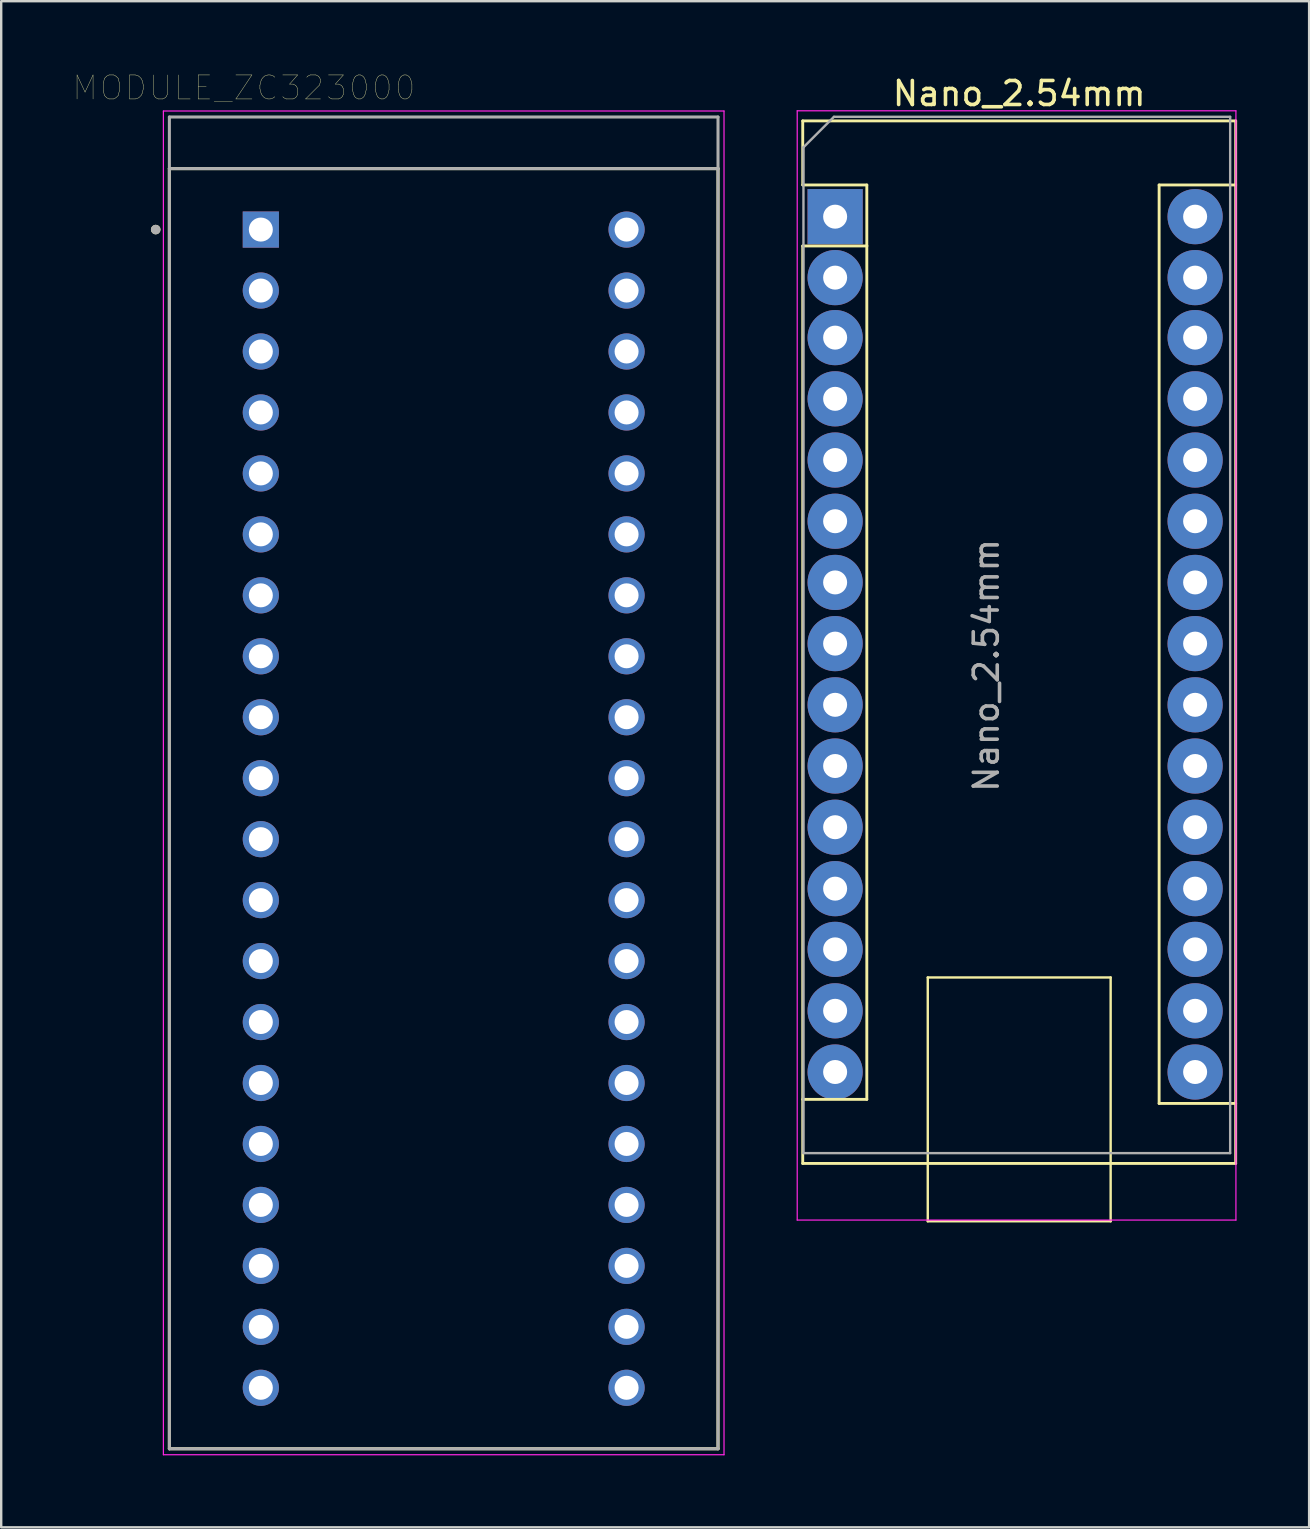
<source format=kicad_pcb>
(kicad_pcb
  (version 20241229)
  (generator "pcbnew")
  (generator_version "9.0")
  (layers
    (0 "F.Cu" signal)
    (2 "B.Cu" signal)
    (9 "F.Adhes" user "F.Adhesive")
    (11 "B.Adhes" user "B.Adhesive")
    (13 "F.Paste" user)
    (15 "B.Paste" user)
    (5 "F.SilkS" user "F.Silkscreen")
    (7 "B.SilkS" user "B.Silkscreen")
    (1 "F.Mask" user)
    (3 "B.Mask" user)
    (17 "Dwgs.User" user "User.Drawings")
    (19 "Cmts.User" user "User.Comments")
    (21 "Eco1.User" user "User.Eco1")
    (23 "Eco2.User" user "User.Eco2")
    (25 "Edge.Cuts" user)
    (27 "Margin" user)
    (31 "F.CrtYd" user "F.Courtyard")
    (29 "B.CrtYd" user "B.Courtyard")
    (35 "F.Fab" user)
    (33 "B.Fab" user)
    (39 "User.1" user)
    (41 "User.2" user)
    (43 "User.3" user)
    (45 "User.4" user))
  (footprint "MODULE_ZC323000"
    (layer "F.Cu")
    (at 15.438 30.646)
    (property "Reference" "MODULE_ZC323000" (at -8.325 -30.035 0) (layer "F.SilkS") (effects (font (size 1 1) (thickness 0.015))))
    (attr through_hole)
    (fp_line (start -11.43 -26.67) (end 11.43 -26.67) (stroke (width 0.127) (type solid)) (layer "F.SilkS"))
    (fp_line (start -11.43 26.67) (end -11.43 -26.67) (stroke (width 0.127) (type solid)) (layer "F.SilkS"))
    (fp_line (start 11.43 -26.67) (end 11.43 26.67) (stroke (width 0.127) (type solid)) (layer "F.SilkS"))
    (fp_line (start 11.43 26.67) (end -11.43 26.67) (stroke (width 0.127) (type solid)) (layer "F.SilkS"))
    (fp_circle (center -12 -24.13) (end -11.9 -24.13) (stroke (width 0.2) (type solid)) (fill no) (layer "F.SilkS"))
    (fp_line (start -11.68 -29.07) (end 11.68 -29.07) (stroke (width 0.05) (type solid)) (layer "F.CrtYd"))
    (fp_line (start -11.68 26.92) (end -11.68 -29.07) (stroke (width 0.05) (type solid)) (layer "F.CrtYd"))
    (fp_line (start 11.68 -29.07) (end 11.68 26.92) (stroke (width 0.05) (type solid)) (layer "F.CrtYd"))
    (fp_line (start 11.68 26.92) (end -11.68 26.92) (stroke (width 0.05) (type solid)) (layer "F.CrtYd"))
    (fp_line (start -11.43 -28.82) (end 11.43 -28.82) (stroke (width 0.127) (type solid)) (layer "F.Fab"))
    (fp_line (start -11.43 -26.67) (end -11.43 -28.82) (stroke (width 0.127) (type solid)) (layer "F.Fab"))
    (fp_line (start -11.43 -26.67) (end 11.43 -26.67) (stroke (width 0.127) (type solid)) (layer "F.Fab"))
    (fp_line (start -11.43 26.67) (end -11.43 -26.67) (stroke (width 0.127) (type solid)) (layer "F.Fab"))
    (fp_line (start 11.43 -28.82) (end 11.43 -26.67) (stroke (width 0.127) (type solid)) (layer "F.Fab"))
    (fp_line (start 11.43 -26.67) (end 11.43 26.67) (stroke (width 0.127) (type solid)) (layer "F.Fab"))
    (fp_line (start 11.43 26.67) (end -11.43 26.67) (stroke (width 0.127) (type solid)) (layer "F.Fab"))
    (fp_circle (center -12 -24.13) (end -11.9 -24.13) (stroke (width 0.2) (type solid)) (fill no) (layer "F.Fab"))
    (pad "1" thru_hole rect (at -7.62 -24.13) (size 1.508 1.508) (drill 1) (layers "*.Cu" "*.Mask"))
    (pad "2" thru_hole circle (at -7.62 -21.59) (size 1.508 1.508) (drill 1) (layers "*.Cu" "*.Mask"))
    (pad "3" thru_hole circle (at -7.62 -19.05) (size 1.508 1.508) (drill 1) (layers "*.Cu" "*.Mask"))
    (pad "4" thru_hole circle (at -7.62 -16.51) (size 1.508 1.508) (drill 1) (layers "*.Cu" "*.Mask"))
    (pad "5" thru_hole circle (at -7.62 -13.97) (size 1.508 1.508) (drill 1) (layers "*.Cu" "*.Mask"))
    (pad "6" thru_hole circle (at -7.62 -11.43) (size 1.508 1.508) (drill 1) (layers "*.Cu" "*.Mask"))
    (pad "7" thru_hole circle (at -7.62 -8.89) (size 1.508 1.508) (drill 1) (layers "*.Cu" "*.Mask"))
    (pad "8" thru_hole circle (at -7.62 -6.35) (size 1.508 1.508) (drill 1) (layers "*.Cu" "*.Mask"))
    (pad "9" thru_hole circle (at -7.62 -3.81) (size 1.508 1.508) (drill 1) (layers "*.Cu" "*.Mask"))
    (pad "10" thru_hole circle (at -7.62 -1.27) (size 1.508 1.508) (drill 1) (layers "*.Cu" "*.Mask"))
    (pad "11" thru_hole circle (at -7.62 1.27) (size 1.508 1.508) (drill 1) (layers "*.Cu" "*.Mask"))
    (pad "12" thru_hole circle (at -7.62 3.81) (size 1.508 1.508) (drill 1) (layers "*.Cu" "*.Mask"))
    (pad "13" thru_hole circle (at -7.62 6.35) (size 1.508 1.508) (drill 1) (layers "*.Cu" "*.Mask"))
    (pad "14" thru_hole circle (at -7.62 8.89) (size 1.508 1.508) (drill 1) (layers "*.Cu" "*.Mask"))
    (pad "15" thru_hole circle (at -7.62 11.43) (size 1.508 1.508) (drill 1) (layers "*.Cu" "*.Mask"))
    (pad "16" thru_hole circle (at -7.62 13.97) (size 1.508 1.508) (drill 1) (layers "*.Cu" "*.Mask"))
    (pad "17" thru_hole circle (at -7.62 16.51) (size 1.508 1.508) (drill 1) (layers "*.Cu" "*.Mask"))
    (pad "18" thru_hole circle (at -7.62 19.05) (size 1.508 1.508) (drill 1) (layers "*.Cu" "*.Mask"))
    (pad "19" thru_hole circle (at -7.62 21.59) (size 1.508 1.508) (drill 1) (layers "*.Cu" "*.Mask"))
    (pad "20" thru_hole circle (at -7.62 24.13) (size 1.508 1.508) (drill 1) (layers "*.Cu" "*.Mask"))
    (pad "21" thru_hole circle (at 7.62 24.13) (size 1.508 1.508) (drill 1) (layers "*.Cu" "*.Mask"))
    (pad "22" thru_hole circle (at 7.62 21.59) (size 1.508 1.508) (drill 1) (layers "*.Cu" "*.Mask"))
    (pad "23" thru_hole circle (at 7.62 19.05) (size 1.508 1.508) (drill 1) (layers "*.Cu" "*.Mask"))
    (pad "24" thru_hole circle (at 7.62 16.51) (size 1.508 1.508) (drill 1) (layers "*.Cu" "*.Mask"))
    (pad "25" thru_hole circle (at 7.62 13.97) (size 1.508 1.508) (drill 1) (layers "*.Cu" "*.Mask"))
    (pad "26" thru_hole circle (at 7.62 11.43) (size 1.508 1.508) (drill 1) (layers "*.Cu" "*.Mask"))
    (pad "27" thru_hole circle (at 7.62 8.89) (size 1.508 1.508) (drill 1) (layers "*.Cu" "*.Mask"))
    (pad "28" thru_hole circle (at 7.62 6.35) (size 1.508 1.508) (drill 1) (layers "*.Cu" "*.Mask"))
    (pad "29" thru_hole circle (at 7.62 3.81) (size 1.508 1.508) (drill 1) (layers "*.Cu" "*.Mask"))
    (pad "30" thru_hole circle (at 7.62 1.27) (size 1.508 1.508) (drill 1) (layers "*.Cu" "*.Mask"))
    (pad "31" thru_hole circle (at 7.62 -1.27) (size 1.508 1.508) (drill 1) (layers "*.Cu" "*.Mask"))
    (pad "32" thru_hole circle (at 7.62 -3.81) (size 1.508 1.508) (drill 1) (layers "*.Cu" "*.Mask"))
    (pad "33" thru_hole circle (at 7.62 -6.35) (size 1.508 1.508) (drill 1) (layers "*.Cu" "*.Mask"))
    (pad "34" thru_hole circle (at 7.62 -8.89) (size 1.508 1.508) (drill 1) (layers "*.Cu" "*.Mask"))
    (pad "35" thru_hole circle (at 7.62 -11.43) (size 1.508 1.508) (drill 1) (layers "*.Cu" "*.Mask"))
    (pad "36" thru_hole circle (at 7.62 -13.97) (size 1.508 1.508) (drill 1) (layers "*.Cu" "*.Mask"))
    (pad "37" thru_hole circle (at 7.62 -16.51) (size 1.508 1.508) (drill 1) (layers "*.Cu" "*.Mask"))
    (pad "38" thru_hole circle (at 7.62 -19.05) (size 1.508 1.508) (drill 1) (layers "*.Cu" "*.Mask"))
    (pad "39" thru_hole circle (at 7.62 -21.59) (size 1.508 1.508) (drill 1) (layers "*.Cu" "*.Mask"))
    (pad "40" thru_hole circle (at 7.62 -24.13) (size 1.508 1.508) (drill 1) (layers "*.Cu" "*.Mask")))
  (footprint "Nano_2.54mm"
    (layer "F.Cu")
    (at 31.698 5.628)
    (property "Reference" "Nano_2.54mm" (at 7.72 -4.78 0) (layer "F.SilkS") (effects (font (size 1 1) (thickness 0.15))))
    (attr through_hole)
    (fp_line (start -1.3 -3.64) (end -1.3 -0.97) (stroke (width 0.12) (type solid)) (layer "F.SilkS"))
    (fp_line (start -1.3 1.57) (end -1.3 39.8) (stroke (width 0.12) (type solid)) (layer "F.SilkS"))
    (fp_line (start -1.3 39.8) (end 16.74 39.8) (stroke (width 0.12) (type solid)) (layer "F.SilkS"))
    (fp_line (start 1.37 -0.97) (end -1.3 -0.97) (stroke (width 0.12) (type solid)) (layer "F.SilkS"))
    (fp_line (start 1.37 1.57) (end -1.3 1.57) (stroke (width 0.12) (type solid)) (layer "F.SilkS"))
    (fp_line (start 1.37 1.57) (end 1.37 -0.97) (stroke (width 0.12) (type solid)) (layer "F.SilkS"))
    (fp_line (start 1.37 1.57) (end 1.37 37.13) (stroke (width 0.12) (type solid)) (layer "F.SilkS"))
    (fp_line (start 1.37 37.13) (end -1.3 37.13) (stroke (width 0.12) (type solid)) (layer "F.SilkS"))
    (fp_line (start 3.91 32.05) (end 11.53 32.05) (stroke (width 0.1) (type solid)) (layer "F.SilkS"))
    (fp_line (start 3.91 42.21) (end 3.91 32.05) (stroke (width 0.1) (type solid)) (layer "F.SilkS"))
    (fp_line (start 11.53 32.05) (end 11.53 42.21) (stroke (width 0.1) (type solid)) (layer "F.SilkS"))
    (fp_line (start 11.53 42.21) (end 3.91 42.21) (stroke (width 0.1) (type solid)) (layer "F.SilkS"))
    (fp_line (start 13.55 -0.97) (end 13.55 37.3) (stroke (width 0.12) (type solid)) (layer "F.SilkS"))
    (fp_line (start 13.55 -0.97) (end 16.74 -0.97) (stroke (width 0.12) (type solid)) (layer "F.SilkS"))
    (fp_line (start 13.55 37.3) (end 16.74 37.3) (stroke (width 0.12) (type solid)) (layer "F.SilkS"))
    (fp_line (start 16.74 -3.64) (end -1.3 -3.64) (stroke (width 0.12) (type solid)) (layer "F.SilkS"))
    (fp_line (start 16.74 39.8) (end 16.74 -3.64) (stroke (width 0.12) (type solid)) (layer "F.SilkS"))
    (fp_line (start -1.53 -4.06) (end -1.53 42.16) (stroke (width 0.05) (type solid)) (layer "F.CrtYd"))
    (fp_line (start -1.53 -4.06) (end 16.75 -4.06) (stroke (width 0.05) (type solid)) (layer "F.CrtYd"))
    (fp_line (start 16.75 42.16) (end -1.53 42.16) (stroke (width 0.05) (type solid)) (layer "F.CrtYd"))
    (fp_line (start 16.75 42.16) (end 16.75 -4.06) (stroke (width 0.05) (type solid)) (layer "F.CrtYd"))
    (fp_line (start -1.27 -2.54) (end 0 -3.81) (stroke (width 0.1) (type solid)) (layer "F.Fab"))
    (fp_line (start -1.27 39.37) (end -1.27 -2.54) (stroke (width 0.1) (type solid)) (layer "F.Fab"))
    (fp_line (start 0 -3.81) (end 16.51 -3.81) (stroke (width 0.1) (type solid)) (layer "F.Fab"))
    (fp_line (start 16.51 -3.81) (end 16.51 39.37) (stroke (width 0.1) (type solid)) (layer "F.Fab"))
    (fp_line (start 16.51 39.37) (end -1.27 39.37) (stroke (width 0.1) (type solid)) (layer "F.Fab"))
    (fp_text user "${REFERENCE}" (at 6.35 19.05 90) (layer "F.Fab") (effects (font (size 1 1) (thickness 0.15))))
    (pad "1" thru_hole rect (at 0.05 0.35 270) (size 2.3 2.3) (drill 1) (layers "*.Cu" "*.Mask"))
    (pad "2" thru_hole circle (at 0.05 2.89 270) (size 2.3 2.3) (drill 1) (layers "*.Cu" "*.Mask"))
    (pad "3" thru_hole circle (at 0.05 5.39 270) (size 2.3 2.3) (drill 1) (layers "*.Cu" "*.Mask"))
    (pad "4" thru_hole circle (at 0.05 7.94 270) (size 2.3 2.3) (drill 1) (layers "*.Cu" "*.Mask"))
    (pad "5" thru_hole circle (at 0.05 10.49 270) (size 2.3 2.3) (drill 1) (layers "*.Cu" "*.Mask"))
    (pad "6" thru_hole circle (at 0.05 13.04 270) (size 2.3 2.3) (drill 1) (layers "*.Cu" "*.Mask"))
    (pad "7" thru_hole circle (at 0.05 15.59 270) (size 2.3 2.3) (drill 1) (layers "*.Cu" "*.Mask"))
    (pad "8" thru_hole circle (at 0.05 18.14 270) (size 2.3 2.3) (drill 1) (layers "*.Cu" "*.Mask"))
    (pad "9" thru_hole circle (at 0.05 20.69 270) (size 2.3 2.3) (drill 1) (layers "*.Cu" "*.Mask"))
    (pad "10" thru_hole circle (at 0.05 23.24 270) (size 2.3 2.3) (drill 1) (layers "*.Cu" "*.Mask"))
    (pad "11" thru_hole circle (at 0.05 25.79 270) (size 2.3 2.3) (drill 1) (layers "*.Cu" "*.Mask"))
    (pad "12" thru_hole circle (at 0.05 28.35 270) (size 2.3 2.3) (drill 1) (layers "*.Cu" "*.Mask"))
    (pad "13" thru_hole circle (at 0.05 30.88 270) (size 2.3 2.3) (drill 1) (layers "*.Cu" "*.Mask"))
    (pad "14" thru_hole circle (at 0.05 33.44 270) (size 2.3 2.3) (drill 1) (layers "*.Cu" "*.Mask"))
    (pad "15" thru_hole circle (at 0.05 35.99 270) (size 2.3 2.3) (drill 1) (layers "*.Cu" "*.Mask"))
    (pad "16" thru_hole circle (at 15.05 35.99 270) (size 2.3 2.3) (drill 1) (layers "*.Cu" "*.Mask"))
    (pad "17" thru_hole circle (at 15.05 33.44 270) (size 2.3 2.3) (drill 1) (layers "*.Cu" "*.Mask"))
    (pad "18" thru_hole circle (at 15.05 30.88 270) (size 2.3 2.3) (drill 1) (layers "*.Cu" "*.Mask"))
    (pad "19" thru_hole circle (at 15.05 28.35 270) (size 2.3 2.3) (drill 1) (layers "*.Cu" "*.Mask"))
    (pad "20" thru_hole circle (at 15.05 25.79 270) (size 2.3 2.3) (drill 1) (layers "*.Cu" "*.Mask"))
    (pad "21" thru_hole circle (at 15.05 23.24 270) (size 2.3 2.3) (drill 1) (layers "*.Cu" "*.Mask"))
    (pad "22" thru_hole circle (at 15.05 20.69 270) (size 2.3 2.3) (drill 1) (layers "*.Cu" "*.Mask"))
    (pad "23" thru_hole circle (at 15.05 18.14 270) (size 2.3 2.3) (drill 1) (layers "*.Cu" "*.Mask"))
    (pad "24" thru_hole circle (at 15.05 15.59 270) (size 2.3 2.3) (drill 1) (layers "*.Cu" "*.Mask"))
    (pad "25" thru_hole circle (at 15.05 13.04 270) (size 2.3 2.3) (drill 1) (layers "*.Cu" "*.Mask"))
    (pad "26" thru_hole circle (at 15.05 10.49 270) (size 2.3 2.3) (drill 1) (layers "*.Cu" "*.Mask"))
    (pad "27" thru_hole circle (at 15.05 7.94 270) (size 2.3 2.3) (drill 1) (layers "*.Cu" "*.Mask"))
    (pad "28" thru_hole circle (at 15.05 5.39 270) (size 2.3 2.3) (drill 1) (layers "*.Cu" "*.Mask"))
    (pad "29" thru_hole circle (at 15.05 2.89 270) (size 2.3 2.3) (drill 1) (layers "*.Cu" "*.Mask"))
    (pad "30" thru_hole circle (at 15.05 0.35 270) (size 2.3 2.3) (drill 1) (layers "*.Cu" "*.Mask")))
  (gr_rect
    (start -3 -3)
    (end 51.498 60.591)
    (stroke (width 0.1) (type default))
    (fill no)
    (layer "Edge.Cuts")))
</source>
